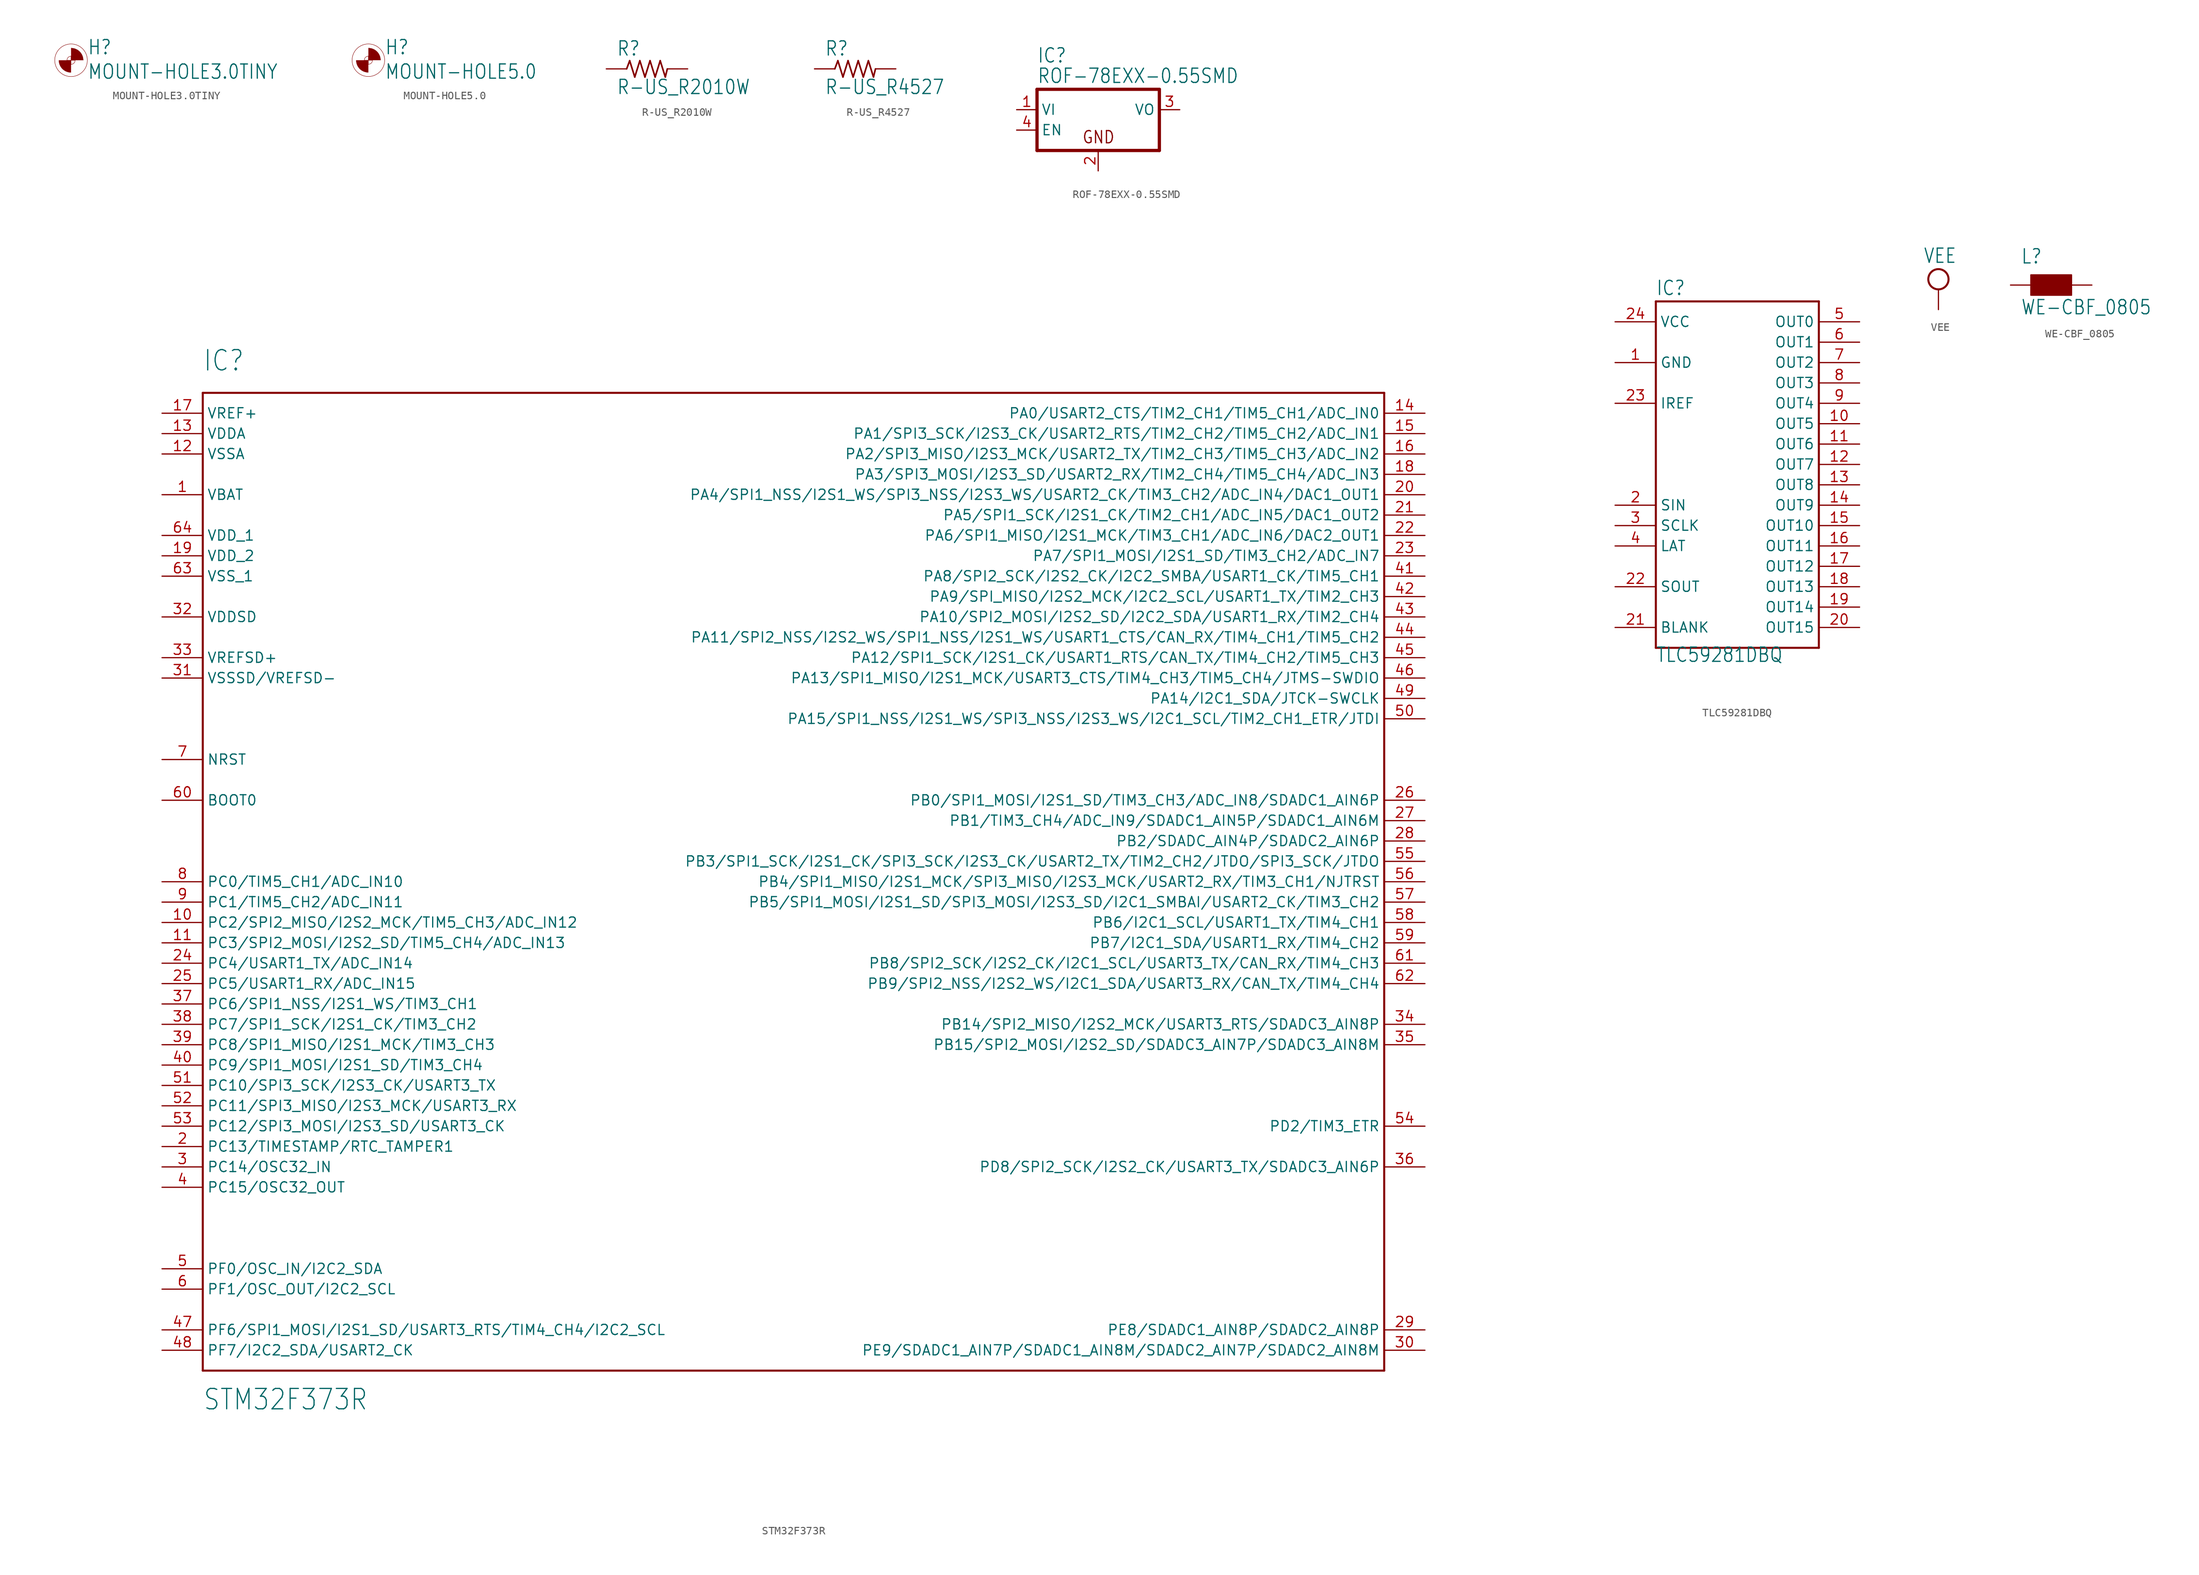
<source format=kicad_sym>
(kicad_symbol_lib
  (version 20211014)
  (generator kicad_symbol_editor)
  (symbol "MOUNT-HOLE3.0TINY"
    (property "Reference" "H"
      (at 2.032 0.584 0)
      (effects (font (size 1.778 1.511)) (justify left bottom)))
    (property "Value" "MOUNT-HOLE3.0TINY"
      (at 2.032 -2.464 0)
      (effects (font (size 1.778 1.511)) (justify left bottom)))
    (property "ki_locked" ""
      (at 0 0 0)
      (effects (font (size 1.27 1.27))))
    (symbol "MOUNT-HOLE3.0TINY_1_0"
      (arc (start -1.524 0) (mid -1.0776 -1.0776) (end 0 -1.524) (stroke (width 0.0001) (type default) (color 0 0 0 0)) (fill (type outline)))
      (polyline (pts (xy -0.508 0) (xy 0.508 0)) (stroke (width 0.051) (type default) (color 0 0 0 0)) (fill (type none)))
      (polyline (pts (xy 0 0.508) (xy 0 -0.508)) (stroke (width 0.051) (type default) (color 0 0 0 0)) (fill (type none)))
      (circle (center 0 0) (radius 0.508) (stroke (width 0.051) (type default) (color 0 0 0 0)) (fill (type none)))
      (circle (center 0 0) (radius 2.032) (stroke (width 0.051) (type default) (color 0 0 0 0)) (fill (type none)))
      (arc (start 1.524 0) (mid 1.0776 1.0776) (end 0 1.524) (stroke (width 0.0001) (type default) (color 0 0 0 0)) (fill (type outline)))))
  (symbol "MOUNT-HOLE5.0"
    (property "Reference" "H"
      (at 2.032 0.584 0)
      (effects (font (size 1.778 1.511)) (justify left bottom)))
    (property "Value" "MOUNT-HOLE5.0"
      (at 2.032 -2.464 0)
      (effects (font (size 1.778 1.511)) (justify left bottom)))
    (property "ki_locked" ""
      (at 0 0 0)
      (effects (font (size 1.27 1.27))))
    (symbol "MOUNT-HOLE5.0_1_0"
      (arc (start -1.524 0) (mid -1.0776 -1.0776) (end 0 -1.524) (stroke (width 0.0001) (type default) (color 0 0 0 0)) (fill (type outline)))
      (polyline (pts (xy -0.508 0) (xy 0.508 0)) (stroke (width 0.051) (type default) (color 0 0 0 0)) (fill (type none)))
      (polyline (pts (xy 0 0.508) (xy 0 -0.508)) (stroke (width 0.051) (type default) (color 0 0 0 0)) (fill (type none)))
      (circle (center 0 0) (radius 0.508) (stroke (width 0.051) (type default) (color 0 0 0 0)) (fill (type none)))
      (circle (center 0 0) (radius 2.032) (stroke (width 0.051) (type default) (color 0 0 0 0)) (fill (type none)))
      (arc (start 1.524 0) (mid 1.0776 1.0776) (end 0 1.524) (stroke (width 0.0001) (type default) (color 0 0 0 0)) (fill (type outline)))))
  (symbol "R-US_R2010W"
    (property "Reference" "R"
      (at -3.81 1.499 0)
      (effects (font (size 1.778 1.511)) (justify left bottom)))
    (property "Value" "R-US_R2010W"
      (at -3.81 -3.302 0)
      (effects (font (size 1.778 1.511)) (justify left bottom)))
    (property "ki_locked" ""
      (at 0 0 0)
      (effects (font (size 1.27 1.27))))
    (symbol "R-US_R2010W_1_0"
      (polyline (pts (xy -2.54 0) (xy -2.159 1.016)) (stroke (width 0.203) (type default) (color 0 0 0 0)) (fill (type none)))
      (polyline (pts (xy -2.159 1.016) (xy -1.524 -1.016)) (stroke (width 0.203) (type default) (color 0 0 0 0)) (fill (type none)))
      (polyline (pts (xy -1.524 -1.016) (xy -0.889 1.016)) (stroke (width 0.203) (type default) (color 0 0 0 0)) (fill (type none)))
      (polyline (pts (xy -0.889 1.016) (xy -0.254 -1.016)) (stroke (width 0.203) (type default) (color 0 0 0 0)) (fill (type none)))
      (polyline (pts (xy -0.254 -1.016) (xy 0.381 1.016)) (stroke (width 0.203) (type default) (color 0 0 0 0)) (fill (type none)))
      (polyline (pts (xy 0.381 1.016) (xy 1.016 -1.016)) (stroke (width 0.203) (type default) (color 0 0 0 0)) (fill (type none)))
      (polyline (pts (xy 1.016 -1.016) (xy 1.651 1.016)) (stroke (width 0.203) (type default) (color 0 0 0 0)) (fill (type none)))
      (polyline (pts (xy 1.651 1.016) (xy 2.286 -1.016)) (stroke (width 0.203) (type default) (color 0 0 0 0)) (fill (type none)))
      (polyline (pts (xy 2.286 -1.016) (xy 2.54 0)) (stroke (width 0.203) (type default) (color 0 0 0 0)) (fill (type none)))
      (pin passive line (at -5.08 0 0) (length 2.54) (name "1" (effects (font (size 0 0)))) (number "1" (effects (font (size 0 0)))))
      (pin passive line (at 5.08 0 180) (length 2.54) (name "2" (effects (font (size 0 0)))) (number "2" (effects (font (size 0 0)))))))
  (symbol "R-US_R4527"
    (property "Reference" "R"
      (at -3.81 1.499 0)
      (effects (font (size 1.778 1.511)) (justify left bottom)))
    (property "Value" "R-US_R4527"
      (at -3.81 -3.302 0)
      (effects (font (size 1.778 1.511)) (justify left bottom)))
    (property "ki_locked" ""
      (at 0 0 0)
      (effects (font (size 1.27 1.27))))
    (symbol "R-US_R4527_1_0"
      (polyline (pts (xy -2.54 0) (xy -2.159 1.016)) (stroke (width 0.203) (type default) (color 0 0 0 0)) (fill (type none)))
      (polyline (pts (xy -2.159 1.016) (xy -1.524 -1.016)) (stroke (width 0.203) (type default) (color 0 0 0 0)) (fill (type none)))
      (polyline (pts (xy -1.524 -1.016) (xy -0.889 1.016)) (stroke (width 0.203) (type default) (color 0 0 0 0)) (fill (type none)))
      (polyline (pts (xy -0.889 1.016) (xy -0.254 -1.016)) (stroke (width 0.203) (type default) (color 0 0 0 0)) (fill (type none)))
      (polyline (pts (xy -0.254 -1.016) (xy 0.381 1.016)) (stroke (width 0.203) (type default) (color 0 0 0 0)) (fill (type none)))
      (polyline (pts (xy 0.381 1.016) (xy 1.016 -1.016)) (stroke (width 0.203) (type default) (color 0 0 0 0)) (fill (type none)))
      (polyline (pts (xy 1.016 -1.016) (xy 1.651 1.016)) (stroke (width 0.203) (type default) (color 0 0 0 0)) (fill (type none)))
      (polyline (pts (xy 1.651 1.016) (xy 2.286 -1.016)) (stroke (width 0.203) (type default) (color 0 0 0 0)) (fill (type none)))
      (polyline (pts (xy 2.286 -1.016) (xy 2.54 0)) (stroke (width 0.203) (type default) (color 0 0 0 0)) (fill (type none)))
      (pin passive line (at -5.08 0 0) (length 2.54) (name "1" (effects (font (size 0 0)))) (number "1" (effects (font (size 0 0)))))
      (pin passive line (at 5.08 0 180) (length 2.54) (name "2" (effects (font (size 0 0)))) (number "2" (effects (font (size 0 0)))))))
  (symbol "ROF-78EXX-0.55SMD"
    (property "Reference" "IC"
      (at -7.62 5.715 0)
      (effects (font (size 1.778 1.511)) (justify left bottom)))
    (property "Value" "ROF-78EXX-0.55SMD"
      (at -7.62 3.175 0)
      (effects (font (size 1.778 1.511)) (justify left bottom)))
    (property "ki_locked" ""
      (at 0 0 0)
      (effects (font (size 1.27 1.27))))
    (symbol "ROF-78EXX-0.55SMD_1_0"
      (polyline (pts (xy -7.62 -5.08) (xy 7.62 -5.08)) (stroke (width 0.406) (type default) (color 0 0 0 0)) (fill (type none)))
      (polyline (pts (xy -7.62 2.54) (xy -7.62 -5.08)) (stroke (width 0.406) (type default) (color 0 0 0 0)) (fill (type none)))
      (polyline (pts (xy 7.62 -5.08) (xy 7.62 2.54)) (stroke (width 0.406) (type default) (color 0 0 0 0)) (fill (type none)))
      (polyline (pts (xy 7.62 2.54) (xy -7.62 2.54)) (stroke (width 0.406) (type default) (color 0 0 0 0)) (fill (type none)))
      (text "GND" (at -2.032 -4.318 0) (effects (font (size 1.524 1.295)) (justify left bottom)))
      (pin input line (at -10.16 0 0) (length 2.54) (name "VI" (effects (font (size 1.27 1.27)))) (number "1" (effects (font (size 1.27 1.27)))))
      (pin passive line (at 0 -7.62 90) (length 2.54) (name "GND" (effects (font (size 0 0)))) (number "2" (effects (font (size 1.27 1.27)))))
      (pin passive line (at 10.16 0 180) (length 2.54) (name "VO" (effects (font (size 1.27 1.27)))) (number "3" (effects (font (size 1.27 1.27)))))
      (pin input line (at -10.16 -2.54 0) (length 2.54) (name "EN" (effects (font (size 1.27 1.27)))) (number "4" (effects (font (size 1.27 1.27)))))))
  (symbol "STM32F373R"
    (property "Reference" "IC"
      (at -73.66 63.5 0)
      (effects (font (size 2.54 2.159)) (justify left bottom)))
    (property "Value" "STM32F373R"
      (at -73.66 -66.04 0)
      (effects (font (size 2.54 2.159)) (justify left bottom)))
    (property "ki_locked" ""
      (at 0 0 0)
      (effects (font (size 1.27 1.27))))
    (symbol "STM32F373R_1_0"
      (polyline (pts (xy -73.66 -60.96) (xy -73.66 60.96)) (stroke (width 0.254) (type default) (color 0 0 0 0)) (fill (type none)))
      (polyline (pts (xy -73.66 60.96) (xy 73.66 60.96)) (stroke (width 0.254) (type default) (color 0 0 0 0)) (fill (type none)))
      (polyline (pts (xy 73.66 -60.96) (xy -73.66 -60.96)) (stroke (width 0.254) (type default) (color 0 0 0 0)) (fill (type none)))
      (polyline (pts (xy 73.66 60.96) (xy 73.66 -60.96)) (stroke (width 0.254) (type default) (color 0 0 0 0)) (fill (type none)))
      (pin power_in line (at -78.74 48.26 0) (length 5.08) (name "VBAT" (effects (font (size 1.27 1.27)))) (number "1" (effects (font (size 1.27 1.27)))))
      (pin bidirectional line (at -78.74 -5.08 0) (length 5.08) (name "PC2/SPI2_MISO/I2S2_MCK/TIM5_CH3/ADC_IN12" (effects (font (size 1.27 1.27)))) (number "10" (effects (font (size 1.27 1.27)))))
      (pin bidirectional line (at -78.74 -7.62 0) (length 5.08) (name "PC3/SPI2_MOSI/I2S2_SD/TIM5_CH4/ADC_IN13" (effects (font (size 1.27 1.27)))) (number "11" (effects (font (size 1.27 1.27)))))
      (pin power_in line (at -78.74 53.34 0) (length 5.08) (name "VSSA" (effects (font (size 1.27 1.27)))) (number "12" (effects (font (size 1.27 1.27)))))
      (pin power_in line (at -78.74 55.88 0) (length 5.08) (name "VDDA" (effects (font (size 1.27 1.27)))) (number "13" (effects (font (size 1.27 1.27)))))
      (pin bidirectional line (at 78.74 58.42 180) (length 5.08) (name "PA0/USART2_CTS/TIM2_CH1/TIM5_CH1/ADC_IN0" (effects (font (size 1.27 1.27)))) (number "14" (effects (font (size 1.27 1.27)))))
      (pin bidirectional line (at 78.74 55.88 180) (length 5.08) (name "PA1/SPI3_SCK/I2S3_CK/USART2_RTS/TIM2_CH2/TIM5_CH2/ADC_IN1" (effects (font (size 1.27 1.27)))) (number "15" (effects (font (size 1.27 1.27)))))
      (pin bidirectional line (at 78.74 53.34 180) (length 5.08) (name "PA2/SPI3_MISO/I2S3_MCK/USART2_TX/TIM2_CH3/TIM5_CH3/ADC_IN2" (effects (font (size 1.27 1.27)))) (number "16" (effects (font (size 1.27 1.27)))))
      (pin power_in line (at -78.74 58.42 0) (length 5.08) (name "VREF+" (effects (font (size 1.27 1.27)))) (number "17" (effects (font (size 1.27 1.27)))))
      (pin bidirectional line (at 78.74 50.8 180) (length 5.08) (name "PA3/SPI3_MOSI/I2S3_SD/USART2_RX/TIM2_CH4/TIM5_CH4/ADC_IN3" (effects (font (size 1.27 1.27)))) (number "18" (effects (font (size 1.27 1.27)))))
      (pin power_in line (at -78.74 40.64 0) (length 5.08) (name "VDD_2" (effects (font (size 1.27 1.27)))) (number "19" (effects (font (size 1.27 1.27)))))
      (pin bidirectional line (at -78.74 -33.02 0) (length 5.08) (name "PC13/TIMESTAMP/RTC_TAMPER1" (effects (font (size 1.27 1.27)))) (number "2" (effects (font (size 1.27 1.27)))))
      (pin bidirectional line (at 78.74 48.26 180) (length 5.08) (name "PA4/SPI1_NSS/I2S1_WS/SPI3_NSS/I2S3_WS/USART2_CK/TIM3_CH2/ADC_IN4/DAC1_OUT1" (effects (font (size 1.27 1.27)))) (number "20" (effects (font (size 1.27 1.27)))))
      (pin bidirectional line (at 78.74 45.72 180) (length 5.08) (name "PA5/SPI1_SCK/I2S1_CK/TIM2_CH1/ADC_IN5/DAC1_OUT2" (effects (font (size 1.27 1.27)))) (number "21" (effects (font (size 1.27 1.27)))))
      (pin bidirectional line (at 78.74 43.18 180) (length 5.08) (name "PA6/SPI1_MISO/I2S1_MCK/TIM3_CH1/ADC_IN6/DAC2_OUT1" (effects (font (size 1.27 1.27)))) (number "22" (effects (font (size 1.27 1.27)))))
      (pin bidirectional line (at 78.74 40.64 180) (length 5.08) (name "PA7/SPI1_MOSI/I2S1_SD/TIM3_CH2/ADC_IN7" (effects (font (size 1.27 1.27)))) (number "23" (effects (font (size 1.27 1.27)))))
      (pin bidirectional line (at -78.74 -10.16 0) (length 5.08) (name "PC4/USART1_TX/ADC_IN14" (effects (font (size 1.27 1.27)))) (number "24" (effects (font (size 1.27 1.27)))))
      (pin bidirectional line (at -78.74 -12.7 0) (length 5.08) (name "PC5/USART1_RX/ADC_IN15" (effects (font (size 1.27 1.27)))) (number "25" (effects (font (size 1.27 1.27)))))
      (pin bidirectional line (at 78.74 10.16 180) (length 5.08) (name "PB0/SPI1_MOSI/I2S1_SD/TIM3_CH3/ADC_IN8/SDADC1_AIN6P" (effects (font (size 1.27 1.27)))) (number "26" (effects (font (size 1.27 1.27)))))
      (pin bidirectional line (at 78.74 7.62 180) (length 5.08) (name "PB1/TIM3_CH4/ADC_IN9/SDADC1_AIN5P/SDADC1_AIN6M" (effects (font (size 1.27 1.27)))) (number "27" (effects (font (size 1.27 1.27)))))
      (pin bidirectional line (at 78.74 5.08 180) (length 5.08) (name "PB2/SDADC_AIN4P/SDADC2_AIN6P" (effects (font (size 1.27 1.27)))) (number "28" (effects (font (size 1.27 1.27)))))
      (pin bidirectional line (at 78.74 -55.88 180) (length 5.08) (name "PE8/SDADC1_AIN8P/SDADC2_AIN8P" (effects (font (size 1.27 1.27)))) (number "29" (effects (font (size 1.27 1.27)))))
      (pin bidirectional line (at -78.74 -35.56 0) (length 5.08) (name "PC14/OSC32_IN" (effects (font (size 1.27 1.27)))) (number "3" (effects (font (size 1.27 1.27)))))
      (pin bidirectional line (at 78.74 -58.42 180) (length 5.08) (name "PE9/SDADC1_AIN7P/SDADC1_AIN8M/SDADC2_AIN7P/SDADC2_AIN8M" (effects (font (size 1.27 1.27)))) (number "30" (effects (font (size 1.27 1.27)))))
      (pin power_in line (at -78.74 25.4 0) (length 5.08) (name "VSSSD/VREFSD-" (effects (font (size 1.27 1.27)))) (number "31" (effects (font (size 1.27 1.27)))))
      (pin power_in line (at -78.74 33.02 0) (length 5.08) (name "VDDSD" (effects (font (size 1.27 1.27)))) (number "32" (effects (font (size 1.27 1.27)))))
      (pin power_in line (at -78.74 27.94 0) (length 5.08) (name "VREFSD+" (effects (font (size 1.27 1.27)))) (number "33" (effects (font (size 1.27 1.27)))))
      (pin bidirectional line (at 78.74 -17.78 180) (length 5.08) (name "PB14/SPI2_MISO/I2S2_MCK/USART3_RTS/SDADC3_AIN8P" (effects (font (size 1.27 1.27)))) (number "34" (effects (font (size 1.27 1.27)))))
      (pin bidirectional line (at 78.74 -20.32 180) (length 5.08) (name "PB15/SPI2_MOSI/I2S2_SD/SDADC3_AIN7P/SDADC3_AIN8M" (effects (font (size 1.27 1.27)))) (number "35" (effects (font (size 1.27 1.27)))))
      (pin bidirectional line (at 78.74 -35.56 180) (length 5.08) (name "PD8/SPI2_SCK/I2S2_CK/USART3_TX/SDADC3_AIN6P" (effects (font (size 1.27 1.27)))) (number "36" (effects (font (size 1.27 1.27)))))
      (pin bidirectional line (at -78.74 -15.24 0) (length 5.08) (name "PC6/SPI1_NSS/I2S1_WS/TIM3_CH1" (effects (font (size 1.27 1.27)))) (number "37" (effects (font (size 1.27 1.27)))))
      (pin bidirectional line (at -78.74 -17.78 0) (length 5.08) (name "PC7/SPI1_SCK/I2S1_CK/TIM3_CH2" (effects (font (size 1.27 1.27)))) (number "38" (effects (font (size 1.27 1.27)))))
      (pin bidirectional line (at -78.74 -20.32 0) (length 5.08) (name "PC8/SPI1_MISO/I2S1_MCK/TIM3_CH3" (effects (font (size 1.27 1.27)))) (number "39" (effects (font (size 1.27 1.27)))))
      (pin bidirectional line (at -78.74 -38.1 0) (length 5.08) (name "PC15/OSC32_OUT" (effects (font (size 1.27 1.27)))) (number "4" (effects (font (size 1.27 1.27)))))
      (pin bidirectional line (at -78.74 -22.86 0) (length 5.08) (name "PC9/SPI1_MOSI/I2S1_SD/TIM3_CH4" (effects (font (size 1.27 1.27)))) (number "40" (effects (font (size 1.27 1.27)))))
      (pin bidirectional line (at 78.74 38.1 180) (length 5.08) (name "PA8/SPI2_SCK/I2S2_CK/I2C2_SMBA/USART1_CK/TIM5_CH1" (effects (font (size 1.27 1.27)))) (number "41" (effects (font (size 1.27 1.27)))))
      (pin bidirectional line (at 78.74 35.56 180) (length 5.08) (name "PA9/SPI_MISO/I2S2_MCK/I2C2_SCL/USART1_TX/TIM2_CH3" (effects (font (size 1.27 1.27)))) (number "42" (effects (font (size 1.27 1.27)))))
      (pin bidirectional line (at 78.74 33.02 180) (length 5.08) (name "PA10/SPI2_MOSI/I2S2_SD/I2C2_SDA/USART1_RX/TIM2_CH4" (effects (font (size 1.27 1.27)))) (number "43" (effects (font (size 1.27 1.27)))))
      (pin bidirectional line (at 78.74 30.48 180) (length 5.08) (name "PA11/SPI2_NSS/I2S2_WS/SPI1_NSS/I2S1_WS/USART1_CTS/CAN_RX/TIM4_CH1/TIM5_CH2" (effects (font (size 1.27 1.27)))) (number "44" (effects (font (size 1.27 1.27)))))
      (pin bidirectional line (at 78.74 27.94 180) (length 5.08) (name "PA12/SPI1_SCK/I2S1_CK/USART1_RTS/CAN_TX/TIM4_CH2/TIM5_CH3" (effects (font (size 1.27 1.27)))) (number "45" (effects (font (size 1.27 1.27)))))
      (pin bidirectional line (at 78.74 25.4 180) (length 5.08) (name "PA13/SPI1_MISO/I2S1_MCK/USART3_CTS/TIM4_CH3/TIM5_CH4/JTMS-SWDIO" (effects (font (size 1.27 1.27)))) (number "46" (effects (font (size 1.27 1.27)))))
      (pin bidirectional line (at -78.74 -55.88 0) (length 5.08) (name "PF6/SPI1_MOSI/I2S1_SD/USART3_RTS/TIM4_CH4/I2C2_SCL" (effects (font (size 1.27 1.27)))) (number "47" (effects (font (size 1.27 1.27)))))
      (pin bidirectional line (at -78.74 -58.42 0) (length 5.08) (name "PF7/I2C2_SDA/USART2_CK" (effects (font (size 1.27 1.27)))) (number "48" (effects (font (size 1.27 1.27)))))
      (pin bidirectional line (at 78.74 22.86 180) (length 5.08) (name "PA14/I2C1_SDA/JTCK-SWCLK" (effects (font (size 1.27 1.27)))) (number "49" (effects (font (size 1.27 1.27)))))
      (pin bidirectional line (at -78.74 -48.26 0) (length 5.08) (name "PF0/OSC_IN/I2C2_SDA" (effects (font (size 1.27 1.27)))) (number "5" (effects (font (size 1.27 1.27)))))
      (pin bidirectional line (at 78.74 20.32 180) (length 5.08) (name "PA15/SPI1_NSS/I2S1_WS/SPI3_NSS/I2S3_WS/I2C1_SCL/TIM2_CH1_ETR/JTDI" (effects (font (size 1.27 1.27)))) (number "50" (effects (font (size 1.27 1.27)))))
      (pin bidirectional line (at -78.74 -25.4 0) (length 5.08) (name "PC10/SPI3_SCK/I2S3_CK/USART3_TX" (effects (font (size 1.27 1.27)))) (number "51" (effects (font (size 1.27 1.27)))))
      (pin bidirectional line (at -78.74 -27.94 0) (length 5.08) (name "PC11/SPI3_MISO/I2S3_MCK/USART3_RX" (effects (font (size 1.27 1.27)))) (number "52" (effects (font (size 1.27 1.27)))))
      (pin bidirectional line (at -78.74 -30.48 0) (length 5.08) (name "PC12/SPI3_MOSI/I2S3_SD/USART3_CK" (effects (font (size 1.27 1.27)))) (number "53" (effects (font (size 1.27 1.27)))))
      (pin bidirectional line (at 78.74 -30.48 180) (length 5.08) (name "PD2/TIM3_ETR" (effects (font (size 1.27 1.27)))) (number "54" (effects (font (size 1.27 1.27)))))
      (pin bidirectional line (at 78.74 2.54 180) (length 5.08) (name "PB3/SPI1_SCK/I2S1_CK/SPI3_SCK/I2S3_CK/USART2_TX/TIM2_CH2/JTDO/SPI3_SCK/JTDO" (effects (font (size 1.27 1.27)))) (number "55" (effects (font (size 1.27 1.27)))))
      (pin bidirectional line (at 78.74 0 180) (length 5.08) (name "PB4/SPI1_MISO/I2S1_MCK/SPI3_MISO/I2S3_MCK/USART2_RX/TIM3_CH1/NJTRST" (effects (font (size 1.27 1.27)))) (number "56" (effects (font (size 1.27 1.27)))))
      (pin bidirectional line (at 78.74 -2.54 180) (length 5.08) (name "PB5/SPI1_MOSI/I2S1_SD/SPI3_MOSI/I2S3_SD/I2C1_SMBAI/USART2_CK/TIM3_CH2" (effects (font (size 1.27 1.27)))) (number "57" (effects (font (size 1.27 1.27)))))
      (pin bidirectional line (at 78.74 -5.08 180) (length 5.08) (name "PB6/I2C1_SCL/USART1_TX/TIM4_CH1" (effects (font (size 1.27 1.27)))) (number "58" (effects (font (size 1.27 1.27)))))
      (pin bidirectional line (at 78.74 -7.62 180) (length 5.08) (name "PB7/I2C1_SDA/USART1_RX/TIM4_CH2" (effects (font (size 1.27 1.27)))) (number "59" (effects (font (size 1.27 1.27)))))
      (pin bidirectional line (at -78.74 -50.8 0) (length 5.08) (name "PF1/OSC_OUT/I2C2_SCL" (effects (font (size 1.27 1.27)))) (number "6" (effects (font (size 1.27 1.27)))))
      (pin bidirectional line (at -78.74 10.16 0) (length 5.08) (name "BOOT0" (effects (font (size 1.27 1.27)))) (number "60" (effects (font (size 1.27 1.27)))))
      (pin bidirectional line (at 78.74 -10.16 180) (length 5.08) (name "PB8/SPI2_SCK/I2S2_CK/I2C1_SCL/USART3_TX/CAN_RX/TIM4_CH3" (effects (font (size 1.27 1.27)))) (number "61" (effects (font (size 1.27 1.27)))))
      (pin bidirectional line (at 78.74 -12.7 180) (length 5.08) (name "PB9/SPI2_NSS/I2S2_WS/I2C1_SDA/USART3_RX/CAN_TX/TIM4_CH4" (effects (font (size 1.27 1.27)))) (number "62" (effects (font (size 1.27 1.27)))))
      (pin power_in line (at -78.74 38.1 0) (length 5.08) (name "VSS_1" (effects (font (size 1.27 1.27)))) (number "63" (effects (font (size 1.27 1.27)))))
      (pin power_in line (at -78.74 43.18 0) (length 5.08) (name "VDD_1" (effects (font (size 1.27 1.27)))) (number "64" (effects (font (size 1.27 1.27)))))
      (pin bidirectional line (at -78.74 15.24 0) (length 5.08) (name "NRST" (effects (font (size 1.27 1.27)))) (number "7" (effects (font (size 1.27 1.27)))))
      (pin bidirectional line (at -78.74 0 0) (length 5.08) (name "PC0/TIM5_CH1/ADC_IN10" (effects (font (size 1.27 1.27)))) (number "8" (effects (font (size 1.27 1.27)))))
      (pin bidirectional line (at -78.74 -2.54 0) (length 5.08) (name "PC1/TIM5_CH2/ADC_IN11" (effects (font (size 1.27 1.27)))) (number "9" (effects (font (size 1.27 1.27)))))))
  (symbol "TLC59281DBQ"
    (property "Reference" "IC"
      (at -10.16 23.495 0)
      (effects (font (size 1.778 1.511)) (justify left bottom)))
    (property "Value" "TLC59281DBQ"
      (at -10.16 -22.225 0)
      (effects (font (size 1.778 1.511)) (justify left bottom)))
    (property "ki_locked" ""
      (at 0 0 0)
      (effects (font (size 1.27 1.27))))
    (symbol "TLC59281DBQ_1_0"
      (polyline (pts (xy -10.16 -20.32) (xy -10.16 22.86)) (stroke (width 0.254) (type default) (color 0 0 0 0)) (fill (type none)))
      (polyline (pts (xy -10.16 22.86) (xy 10.16 22.86)) (stroke (width 0.254) (type default) (color 0 0 0 0)) (fill (type none)))
      (polyline (pts (xy 10.16 -20.32) (xy -10.16 -20.32)) (stroke (width 0.254) (type default) (color 0 0 0 0)) (fill (type none)))
      (polyline (pts (xy 10.16 22.86) (xy 10.16 -20.32)) (stroke (width 0.254) (type default) (color 0 0 0 0)) (fill (type none)))
      (pin bidirectional line (at -15.24 15.24 0) (length 5.08) (name "GND" (effects (font (size 1.27 1.27)))) (number "1" (effects (font (size 1.27 1.27)))))
      (pin bidirectional line (at 15.24 7.62 180) (length 5.08) (name "OUT5" (effects (font (size 1.27 1.27)))) (number "10" (effects (font (size 1.27 1.27)))))
      (pin bidirectional line (at 15.24 5.08 180) (length 5.08) (name "OUT6" (effects (font (size 1.27 1.27)))) (number "11" (effects (font (size 1.27 1.27)))))
      (pin bidirectional line (at 15.24 2.54 180) (length 5.08) (name "OUT7" (effects (font (size 1.27 1.27)))) (number "12" (effects (font (size 1.27 1.27)))))
      (pin bidirectional line (at 15.24 0 180) (length 5.08) (name "OUT8" (effects (font (size 1.27 1.27)))) (number "13" (effects (font (size 1.27 1.27)))))
      (pin bidirectional line (at 15.24 -2.54 180) (length 5.08) (name "OUT9" (effects (font (size 1.27 1.27)))) (number "14" (effects (font (size 1.27 1.27)))))
      (pin bidirectional line (at 15.24 -5.08 180) (length 5.08) (name "OUT10" (effects (font (size 1.27 1.27)))) (number "15" (effects (font (size 1.27 1.27)))))
      (pin bidirectional line (at 15.24 -7.62 180) (length 5.08) (name "OUT11" (effects (font (size 1.27 1.27)))) (number "16" (effects (font (size 1.27 1.27)))))
      (pin bidirectional line (at 15.24 -10.16 180) (length 5.08) (name "OUT12" (effects (font (size 1.27 1.27)))) (number "17" (effects (font (size 1.27 1.27)))))
      (pin bidirectional line (at 15.24 -12.7 180) (length 5.08) (name "OUT13" (effects (font (size 1.27 1.27)))) (number "18" (effects (font (size 1.27 1.27)))))
      (pin bidirectional line (at 15.24 -15.24 180) (length 5.08) (name "OUT14" (effects (font (size 1.27 1.27)))) (number "19" (effects (font (size 1.27 1.27)))))
      (pin bidirectional line (at -15.24 -2.54 0) (length 5.08) (name "SIN" (effects (font (size 1.27 1.27)))) (number "2" (effects (font (size 1.27 1.27)))))
      (pin bidirectional line (at 15.24 -17.78 180) (length 5.08) (name "OUT15" (effects (font (size 1.27 1.27)))) (number "20" (effects (font (size 1.27 1.27)))))
      (pin bidirectional line (at -15.24 -17.78 0) (length 5.08) (name "BLANK" (effects (font (size 1.27 1.27)))) (number "21" (effects (font (size 1.27 1.27)))))
      (pin bidirectional line (at -15.24 -12.7 0) (length 5.08) (name "SOUT" (effects (font (size 1.27 1.27)))) (number "22" (effects (font (size 1.27 1.27)))))
      (pin bidirectional line (at -15.24 10.16 0) (length 5.08) (name "IREF" (effects (font (size 1.27 1.27)))) (number "23" (effects (font (size 1.27 1.27)))))
      (pin bidirectional line (at -15.24 20.32 0) (length 5.08) (name "VCC" (effects (font (size 1.27 1.27)))) (number "24" (effects (font (size 1.27 1.27)))))
      (pin bidirectional line (at -15.24 -5.08 0) (length 5.08) (name "SCLK" (effects (font (size 1.27 1.27)))) (number "3" (effects (font (size 1.27 1.27)))))
      (pin bidirectional line (at -15.24 -7.62 0) (length 5.08) (name "LAT" (effects (font (size 1.27 1.27)))) (number "4" (effects (font (size 1.27 1.27)))))
      (pin bidirectional line (at 15.24 20.32 180) (length 5.08) (name "OUT0" (effects (font (size 1.27 1.27)))) (number "5" (effects (font (size 1.27 1.27)))))
      (pin bidirectional line (at 15.24 17.78 180) (length 5.08) (name "OUT1" (effects (font (size 1.27 1.27)))) (number "6" (effects (font (size 1.27 1.27)))))
      (pin bidirectional line (at 15.24 15.24 180) (length 5.08) (name "OUT2" (effects (font (size 1.27 1.27)))) (number "7" (effects (font (size 1.27 1.27)))))
      (pin bidirectional line (at 15.24 12.7 180) (length 5.08) (name "OUT3" (effects (font (size 1.27 1.27)))) (number "8" (effects (font (size 1.27 1.27)))))
      (pin bidirectional line (at 15.24 10.16 180) (length 5.08) (name "OUT4" (effects (font (size 1.27 1.27)))) (number "9" (effects (font (size 1.27 1.27)))))))
  (symbol "VEE"
    (power)
    (property "Reference" "#SUPPLY"
      (at 0 0 0)
      (effects (font (size 1.27 1.27)) hide))
    (property "Value" "VEE"
      (at -1.905 3.175 0)
      (effects (font (size 1.778 1.511)) (justify left bottom)))
    (property "ki_locked" ""
      (at 0 0 0)
      (effects (font (size 1.27 1.27))))
    (symbol "VEE_1_0"
      (circle (center 0 1.27) (radius 1.27) (stroke (width 0.254) (type default) (color 0 0 0 0)) (fill (type none)))
      (pin power_in line (at 0 -2.54 90) (length 2.54) (name "VEE" (effects (font (size 0 0)))) (number "1" (effects (font (size 0 0)))))))
  (symbol "WE-CBF_0805"
    (property "Reference" "L"
      (at -3.81 5.08 0)
      (effects (font (size 1.778 1.511)) (justify left bottom)))
    (property "Value" "WE-CBF_0805"
      (at -3.81 -1.27 0)
      (effects (font (size 1.778 1.511)) (justify left bottom)))
    (property "ki_locked" ""
      (at 0 0 0)
      (effects (font (size 1.27 1.27))))
    (symbol "WE-CBF_0805_1_0"
      (rectangle (start -2.54 1.27) (end 2.54 3.81) (stroke (width 0) (type default) (color 0 0 0 0)) (fill (type outline)))
      (pin passive line (at -5.08 2.54 0) (length 2.54) (name "1" (effects (font (size 0 0)))) (number "1" (effects (font (size 0 0)))))
      (pin passive line (at 5.08 2.54 180) (length 2.54) (name "2" (effects (font (size 0 0)))) (number "2" (effects (font (size 0 0))))))))
</source>
